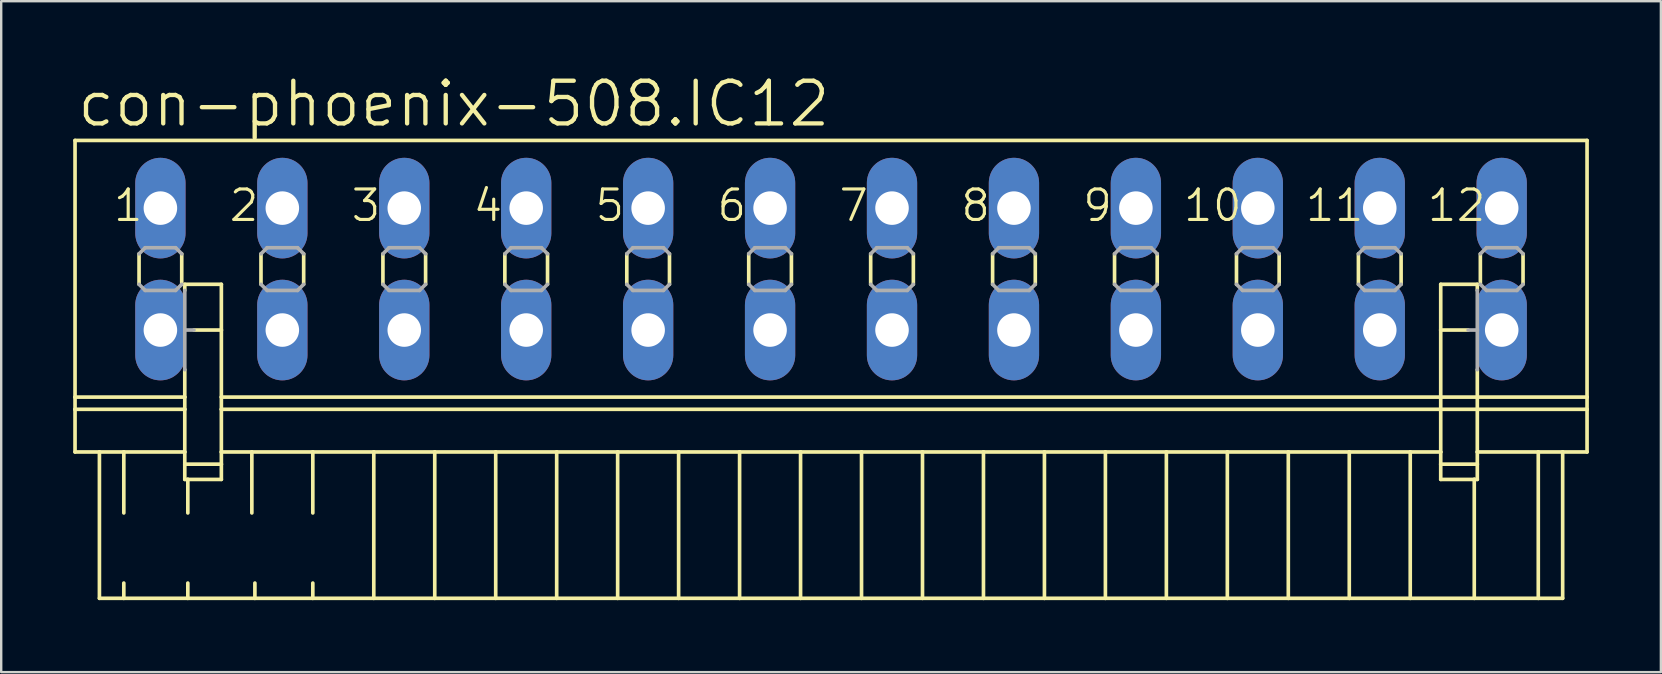
<source format=kicad_pcb>
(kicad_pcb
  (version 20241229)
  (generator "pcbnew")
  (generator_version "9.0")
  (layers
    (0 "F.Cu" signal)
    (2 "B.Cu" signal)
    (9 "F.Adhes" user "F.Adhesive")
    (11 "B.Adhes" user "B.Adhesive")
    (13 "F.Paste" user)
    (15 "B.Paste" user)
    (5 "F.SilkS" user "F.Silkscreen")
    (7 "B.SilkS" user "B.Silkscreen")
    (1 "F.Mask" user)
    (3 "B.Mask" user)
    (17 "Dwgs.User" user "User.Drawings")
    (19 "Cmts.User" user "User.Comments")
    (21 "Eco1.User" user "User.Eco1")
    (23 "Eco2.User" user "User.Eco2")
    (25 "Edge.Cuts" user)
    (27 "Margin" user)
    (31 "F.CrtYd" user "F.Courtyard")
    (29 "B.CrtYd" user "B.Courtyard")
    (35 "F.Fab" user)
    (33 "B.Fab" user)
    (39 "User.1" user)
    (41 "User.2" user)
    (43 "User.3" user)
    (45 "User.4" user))
  (footprint "con-phoenix-508.IC12"
    (layer "F.Cu")
    (at 31.572 8.16)
    (property "Reference" "con-phoenix-508.IC12" (at -31.496 -5.842 0) (layer "F.SilkS") (effects (font (size 1.778 1.778) (thickness 0.18)) (justify left bottom)))
    (attr through_hole)
    (fp_line (start -31.496 -5.359) (end -31.496 5.334) (stroke (width 0.152) (type default)) (layer "F.SilkS"))
    (fp_line (start -31.496 -5.359) (end 31.496 -5.359) (stroke (width 0.152) (type default)) (layer "F.SilkS"))
    (fp_line (start -31.496 5.334) (end -31.496 5.842) (stroke (width 0.152) (type default)) (layer "F.SilkS"))
    (fp_line (start -31.496 5.334) (end -26.924 5.334) (stroke (width 0.152) (type default)) (layer "F.SilkS"))
    (fp_line (start -31.496 5.842) (end -31.496 7.62) (stroke (width 0.152) (type default)) (layer "F.SilkS"))
    (fp_line (start -31.496 5.842) (end -26.924 5.842) (stroke (width 0.152) (type default)) (layer "F.SilkS"))
    (fp_line (start -31.496 7.62) (end -30.48 7.62) (stroke (width 0.152) (type default)) (layer "F.SilkS"))
    (fp_line (start -30.48 7.62) (end -30.48 13.716) (stroke (width 0.152) (type default)) (layer "F.SilkS"))
    (fp_line (start -30.48 7.62) (end -29.464 7.62) (stroke (width 0.152) (type default)) (layer "F.SilkS"))
    (fp_line (start -30.48 13.716) (end -29.464 13.716) (stroke (width 0.152) (type default)) (layer "F.SilkS"))
    (fp_line (start -29.464 7.62) (end -29.464 10.16) (stroke (width 0.152) (type default)) (layer "F.SilkS"))
    (fp_line (start -29.464 7.62) (end -26.924 7.62) (stroke (width 0.152) (type default)) (layer "F.SilkS"))
    (fp_line (start -29.464 13.081) (end -29.464 13.716) (stroke (width 0.152) (type default)) (layer "F.SilkS"))
    (fp_line (start -29.464 13.716) (end -26.797 13.716) (stroke (width 0.152) (type default)) (layer "F.SilkS"))
    (fp_line (start -28.829 -0.635) (end -28.829 0.635) (stroke (width 0.152) (type default)) (layer "F.SilkS"))
    (fp_line (start -27.051 -0.635) (end -27.051 0.635) (stroke (width 0.152) (type default)) (layer "F.SilkS"))
    (fp_line (start -26.924 0.635) (end -26.924 0.889) (stroke (width 0.152) (type default)) (layer "F.SilkS"))
    (fp_line (start -26.924 0.635) (end -25.4 0.635) (stroke (width 0.152) (type default)) (layer "F.SilkS"))
    (fp_line (start -26.924 4.191) (end -26.924 5.334) (stroke (width 0.152) (type default)) (layer "F.SilkS"))
    (fp_line (start -26.924 5.842) (end -26.924 5.334) (stroke (width 0.152) (type default)) (layer "F.SilkS"))
    (fp_line (start -26.924 7.62) (end -26.924 5.842) (stroke (width 0.152) (type default)) (layer "F.SilkS"))
    (fp_line (start -26.924 8.128) (end -26.924 7.62) (stroke (width 0.152) (type default)) (layer "F.SilkS"))
    (fp_line (start -26.924 8.128) (end -25.4 8.128) (stroke (width 0.152) (type default)) (layer "F.SilkS"))
    (fp_line (start -26.924 8.763) (end -26.924 8.128) (stroke (width 0.152) (type default)) (layer "F.SilkS"))
    (fp_line (start -26.797 8.763) (end -26.924 8.763) (stroke (width 0.152) (type default)) (layer "F.SilkS"))
    (fp_line (start -26.797 8.763) (end -26.797 10.16) (stroke (width 0.152) (type default)) (layer "F.SilkS"))
    (fp_line (start -26.797 13.081) (end -26.797 13.716) (stroke (width 0.152) (type default)) (layer "F.SilkS"))
    (fp_line (start -26.797 13.716) (end -24.003 13.716) (stroke (width 0.152) (type default)) (layer "F.SilkS"))
    (fp_line (start -25.4 0.635) (end -25.4 2.54) (stroke (width 0.152) (type default)) (layer "F.SilkS"))
    (fp_line (start -25.4 2.54) (end -26.543 2.54) (stroke (width 0.152) (type default)) (layer "F.SilkS"))
    (fp_line (start -25.4 2.54) (end -25.4 5.334) (stroke (width 0.152) (type default)) (layer "F.SilkS"))
    (fp_line (start -25.4 5.334) (end -25.4 5.842) (stroke (width 0.152) (type default)) (layer "F.SilkS"))
    (fp_line (start -25.4 5.334) (end 25.4 5.334) (stroke (width 0.152) (type default)) (layer "F.SilkS"))
    (fp_line (start -25.4 5.842) (end -25.4 7.62) (stroke (width 0.152) (type default)) (layer "F.SilkS"))
    (fp_line (start -25.4 5.842) (end 25.4 5.842) (stroke (width 0.152) (type default)) (layer "F.SilkS"))
    (fp_line (start -25.4 7.62) (end -25.4 8.128) (stroke (width 0.152) (type default)) (layer "F.SilkS"))
    (fp_line (start -25.4 7.62) (end -24.13 7.62) (stroke (width 0.152) (type default)) (layer "F.SilkS"))
    (fp_line (start -25.4 8.128) (end -25.4 8.763) (stroke (width 0.152) (type default)) (layer "F.SilkS"))
    (fp_line (start -25.4 8.763) (end -26.797 8.763) (stroke (width 0.152) (type default)) (layer "F.SilkS"))
    (fp_line (start -24.13 7.62) (end -24.13 10.16) (stroke (width 0.152) (type default)) (layer "F.SilkS"))
    (fp_line (start -24.13 7.62) (end -21.59 7.62) (stroke (width 0.152) (type default)) (layer "F.SilkS"))
    (fp_line (start -24.003 13.081) (end -24.003 13.716) (stroke (width 0.152) (type default)) (layer "F.SilkS"))
    (fp_line (start -24.003 13.716) (end -21.59 13.716) (stroke (width 0.152) (type default)) (layer "F.SilkS"))
    (fp_line (start -23.749 -0.635) (end -23.749 0.635) (stroke (width 0.152) (type default)) (layer "F.SilkS"))
    (fp_line (start -21.971 -0.635) (end -21.971 0.635) (stroke (width 0.152) (type default)) (layer "F.SilkS"))
    (fp_line (start -21.59 7.62) (end -21.59 10.16) (stroke (width 0.152) (type default)) (layer "F.SilkS"))
    (fp_line (start -21.59 7.62) (end -19.05 7.62) (stroke (width 0.152) (type default)) (layer "F.SilkS"))
    (fp_line (start -21.59 13.081) (end -21.59 13.716) (stroke (width 0.152) (type default)) (layer "F.SilkS"))
    (fp_line (start -21.59 13.716) (end -19.05 13.716) (stroke (width 0.152) (type default)) (layer "F.SilkS"))
    (fp_line (start -19.05 7.62) (end -19.05 13.716) (stroke (width 0.152) (type default)) (layer "F.SilkS"))
    (fp_line (start -19.05 7.62) (end -16.51 7.62) (stroke (width 0.152) (type default)) (layer "F.SilkS"))
    (fp_line (start -19.05 13.716) (end -16.51 13.716) (stroke (width 0.152) (type default)) (layer "F.SilkS"))
    (fp_line (start -18.669 -0.635) (end -18.669 0.635) (stroke (width 0.152) (type default)) (layer "F.SilkS"))
    (fp_line (start -16.891 -0.635) (end -16.891 0.635) (stroke (width 0.152) (type default)) (layer "F.SilkS"))
    (fp_line (start -16.51 7.62) (end -16.51 13.716) (stroke (width 0.152) (type default)) (layer "F.SilkS"))
    (fp_line (start -16.51 7.62) (end -13.97 7.62) (stroke (width 0.152) (type default)) (layer "F.SilkS"))
    (fp_line (start -16.51 13.716) (end -13.97 13.716) (stroke (width 0.152) (type default)) (layer "F.SilkS"))
    (fp_line (start -13.97 7.62) (end -13.97 13.716) (stroke (width 0.152) (type default)) (layer "F.SilkS"))
    (fp_line (start -13.97 7.62) (end -11.43 7.62) (stroke (width 0.152) (type default)) (layer "F.SilkS"))
    (fp_line (start -13.97 13.716) (end -11.43 13.716) (stroke (width 0.152) (type default)) (layer "F.SilkS"))
    (fp_line (start -13.589 -0.635) (end -13.589 0.635) (stroke (width 0.152) (type default)) (layer "F.SilkS"))
    (fp_line (start -11.811 -0.635) (end -11.811 0.635) (stroke (width 0.152) (type default)) (layer "F.SilkS"))
    (fp_line (start -11.43 7.62) (end -11.43 13.716) (stroke (width 0.152) (type default)) (layer "F.SilkS"))
    (fp_line (start -11.43 7.62) (end -8.89 7.62) (stroke (width 0.152) (type default)) (layer "F.SilkS"))
    (fp_line (start -11.43 13.716) (end -8.89 13.716) (stroke (width 0.152) (type default)) (layer "F.SilkS"))
    (fp_line (start -8.89 7.62) (end -8.89 13.716) (stroke (width 0.152) (type default)) (layer "F.SilkS"))
    (fp_line (start -8.89 7.62) (end -6.35 7.62) (stroke (width 0.152) (type default)) (layer "F.SilkS"))
    (fp_line (start -8.89 13.716) (end -6.35 13.716) (stroke (width 0.152) (type default)) (layer "F.SilkS"))
    (fp_line (start -8.509 -0.635) (end -8.509 0.635) (stroke (width 0.152) (type default)) (layer "F.SilkS"))
    (fp_line (start -6.731 -0.635) (end -6.731 0.635) (stroke (width 0.152) (type default)) (layer "F.SilkS"))
    (fp_line (start -6.35 7.62) (end -6.35 13.716) (stroke (width 0.152) (type default)) (layer "F.SilkS"))
    (fp_line (start -6.35 7.62) (end -3.81 7.62) (stroke (width 0.152) (type default)) (layer "F.SilkS"))
    (fp_line (start -6.35 13.716) (end -3.81 13.716) (stroke (width 0.152) (type default)) (layer "F.SilkS"))
    (fp_line (start -3.81 7.62) (end -3.81 13.716) (stroke (width 0.152) (type default)) (layer "F.SilkS"))
    (fp_line (start -3.81 7.62) (end -1.27 7.62) (stroke (width 0.152) (type default)) (layer "F.SilkS"))
    (fp_line (start -3.81 13.716) (end -1.27 13.716) (stroke (width 0.152) (type default)) (layer "F.SilkS"))
    (fp_line (start -3.429 -0.635) (end -3.429 0.635) (stroke (width 0.152) (type default)) (layer "F.SilkS"))
    (fp_line (start -1.651 -0.635) (end -1.651 0.635) (stroke (width 0.152) (type default)) (layer "F.SilkS"))
    (fp_line (start -1.27 7.62) (end -1.27 13.716) (stroke (width 0.152) (type default)) (layer "F.SilkS"))
    (fp_line (start -1.27 7.62) (end 1.27 7.62) (stroke (width 0.152) (type default)) (layer "F.SilkS"))
    (fp_line (start -1.27 13.716) (end 1.27 13.716) (stroke (width 0.152) (type default)) (layer "F.SilkS"))
    (fp_line (start 1.27 7.62) (end 1.27 13.716) (stroke (width 0.152) (type default)) (layer "F.SilkS"))
    (fp_line (start 1.27 7.62) (end 3.81 7.62) (stroke (width 0.152) (type default)) (layer "F.SilkS"))
    (fp_line (start 1.27 13.716) (end 3.81 13.716) (stroke (width 0.152) (type default)) (layer "F.SilkS"))
    (fp_line (start 1.651 -0.635) (end 1.651 0.635) (stroke (width 0.152) (type default)) (layer "F.SilkS"))
    (fp_line (start 3.429 -0.635) (end 3.429 0.635) (stroke (width 0.152) (type default)) (layer "F.SilkS"))
    (fp_line (start 3.81 7.62) (end 3.81 13.716) (stroke (width 0.152) (type default)) (layer "F.SilkS"))
    (fp_line (start 3.81 7.62) (end 6.35 7.62) (stroke (width 0.152) (type default)) (layer "F.SilkS"))
    (fp_line (start 3.81 13.716) (end 6.35 13.716) (stroke (width 0.152) (type default)) (layer "F.SilkS"))
    (fp_line (start 6.35 7.62) (end 6.35 13.716) (stroke (width 0.152) (type default)) (layer "F.SilkS"))
    (fp_line (start 6.35 7.62) (end 8.89 7.62) (stroke (width 0.152) (type default)) (layer "F.SilkS"))
    (fp_line (start 6.35 13.716) (end 8.89 13.716) (stroke (width 0.152) (type default)) (layer "F.SilkS"))
    (fp_line (start 6.731 -0.635) (end 6.731 0.635) (stroke (width 0.152) (type default)) (layer "F.SilkS"))
    (fp_line (start 8.509 -0.635) (end 8.509 0.635) (stroke (width 0.152) (type default)) (layer "F.SilkS"))
    (fp_line (start 8.89 7.62) (end 8.89 13.716) (stroke (width 0.152) (type default)) (layer "F.SilkS"))
    (fp_line (start 8.89 7.62) (end 11.43 7.62) (stroke (width 0.152) (type default)) (layer "F.SilkS"))
    (fp_line (start 8.89 13.716) (end 11.43 13.716) (stroke (width 0.152) (type default)) (layer "F.SilkS"))
    (fp_line (start 11.43 7.62) (end 11.43 13.716) (stroke (width 0.152) (type default)) (layer "F.SilkS"))
    (fp_line (start 11.43 7.62) (end 13.97 7.62) (stroke (width 0.152) (type default)) (layer "F.SilkS"))
    (fp_line (start 11.43 13.716) (end 13.97 13.716) (stroke (width 0.152) (type default)) (layer "F.SilkS"))
    (fp_line (start 11.811 -0.635) (end 11.811 0.635) (stroke (width 0.152) (type default)) (layer "F.SilkS"))
    (fp_line (start 13.589 -0.635) (end 13.589 0.635) (stroke (width 0.152) (type default)) (layer "F.SilkS"))
    (fp_line (start 13.97 7.62) (end 13.97 13.716) (stroke (width 0.152) (type default)) (layer "F.SilkS"))
    (fp_line (start 13.97 7.62) (end 16.51 7.62) (stroke (width 0.152) (type default)) (layer "F.SilkS"))
    (fp_line (start 13.97 13.716) (end 16.51 13.716) (stroke (width 0.152) (type default)) (layer "F.SilkS"))
    (fp_line (start 16.51 7.62) (end 16.51 13.716) (stroke (width 0.152) (type default)) (layer "F.SilkS"))
    (fp_line (start 16.51 7.62) (end 19.05 7.62) (stroke (width 0.152) (type default)) (layer "F.SilkS"))
    (fp_line (start 16.51 13.716) (end 19.05 13.716) (stroke (width 0.152) (type default)) (layer "F.SilkS"))
    (fp_line (start 16.891 -0.635) (end 16.891 0.635) (stroke (width 0.152) (type default)) (layer "F.SilkS"))
    (fp_line (start 18.669 -0.635) (end 18.669 0.635) (stroke (width 0.152) (type default)) (layer "F.SilkS"))
    (fp_line (start 19.05 7.62) (end 19.05 13.716) (stroke (width 0.152) (type default)) (layer "F.SilkS"))
    (fp_line (start 19.05 7.62) (end 21.59 7.62) (stroke (width 0.152) (type default)) (layer "F.SilkS"))
    (fp_line (start 19.05 13.716) (end 21.59 13.716) (stroke (width 0.152) (type default)) (layer "F.SilkS"))
    (fp_line (start 21.59 7.62) (end 21.59 13.716) (stroke (width 0.152) (type default)) (layer "F.SilkS"))
    (fp_line (start 21.59 7.62) (end 24.13 7.62) (stroke (width 0.152) (type default)) (layer "F.SilkS"))
    (fp_line (start 21.59 13.716) (end 24.13 13.716) (stroke (width 0.152) (type default)) (layer "F.SilkS"))
    (fp_line (start 21.971 -0.635) (end 21.971 0.635) (stroke (width 0.152) (type default)) (layer "F.SilkS"))
    (fp_line (start 23.749 -0.635) (end 23.749 0.635) (stroke (width 0.152) (type default)) (layer "F.SilkS"))
    (fp_line (start 24.13 7.62) (end 24.13 13.716) (stroke (width 0.152) (type default)) (layer "F.SilkS"))
    (fp_line (start 24.13 7.62) (end 25.4 7.62) (stroke (width 0.152) (type default)) (layer "F.SilkS"))
    (fp_line (start 24.13 13.716) (end 26.797 13.716) (stroke (width 0.152) (type default)) (layer "F.SilkS"))
    (fp_line (start 25.4 0.635) (end 25.4 2.54) (stroke (width 0.152) (type default)) (layer "F.SilkS"))
    (fp_line (start 25.4 2.54) (end 25.4 5.334) (stroke (width 0.152) (type default)) (layer "F.SilkS"))
    (fp_line (start 25.4 2.54) (end 26.543 2.54) (stroke (width 0.152) (type default)) (layer "F.SilkS"))
    (fp_line (start 25.4 5.334) (end 25.4 5.842) (stroke (width 0.152) (type default)) (layer "F.SilkS"))
    (fp_line (start 25.4 5.334) (end 26.924 5.334) (stroke (width 0.152) (type default)) (layer "F.SilkS"))
    (fp_line (start 25.4 5.842) (end 25.4 7.62) (stroke (width 0.152) (type default)) (layer "F.SilkS"))
    (fp_line (start 25.4 5.842) (end 26.924 5.842) (stroke (width 0.152) (type default)) (layer "F.SilkS"))
    (fp_line (start 25.4 7.62) (end 25.4 8.128) (stroke (width 0.152) (type default)) (layer "F.SilkS"))
    (fp_line (start 25.4 8.128) (end 25.4 8.763) (stroke (width 0.152) (type default)) (layer "F.SilkS"))
    (fp_line (start 25.4 8.128) (end 26.924 8.128) (stroke (width 0.152) (type default)) (layer "F.SilkS"))
    (fp_line (start 26.797 8.763) (end 25.4 8.763) (stroke (width 0.152) (type default)) (layer "F.SilkS"))
    (fp_line (start 26.797 8.763) (end 26.797 13.716) (stroke (width 0.152) (type default)) (layer "F.SilkS"))
    (fp_line (start 26.797 13.716) (end 29.464 13.716) (stroke (width 0.152) (type default)) (layer "F.SilkS"))
    (fp_line (start 26.924 0.635) (end 25.4 0.635) (stroke (width 0.152) (type default)) (layer "F.SilkS"))
    (fp_line (start 26.924 0.889) (end 26.924 0.635) (stroke (width 0.152) (type default)) (layer "F.SilkS"))
    (fp_line (start 26.924 4.191) (end 26.924 5.334) (stroke (width 0.152) (type default)) (layer "F.SilkS"))
    (fp_line (start 26.924 5.334) (end 31.496 5.334) (stroke (width 0.152) (type default)) (layer "F.SilkS"))
    (fp_line (start 26.924 5.842) (end 26.924 5.334) (stroke (width 0.152) (type default)) (layer "F.SilkS"))
    (fp_line (start 26.924 5.842) (end 31.496 5.842) (stroke (width 0.152) (type default)) (layer "F.SilkS"))
    (fp_line (start 26.924 7.62) (end 26.924 5.842) (stroke (width 0.152) (type default)) (layer "F.SilkS"))
    (fp_line (start 26.924 7.62) (end 29.464 7.62) (stroke (width 0.152) (type default)) (layer "F.SilkS"))
    (fp_line (start 26.924 8.128) (end 26.924 7.62) (stroke (width 0.152) (type default)) (layer "F.SilkS"))
    (fp_line (start 26.924 8.763) (end 26.797 8.763) (stroke (width 0.152) (type default)) (layer "F.SilkS"))
    (fp_line (start 26.924 8.763) (end 26.924 8.128) (stroke (width 0.152) (type default)) (layer "F.SilkS"))
    (fp_line (start 27.051 -0.635) (end 27.051 0.635) (stroke (width 0.152) (type default)) (layer "F.SilkS"))
    (fp_line (start 28.829 -0.635) (end 28.829 0.635) (stroke (width 0.152) (type default)) (layer "F.SilkS"))
    (fp_line (start 29.464 7.62) (end 29.464 13.716) (stroke (width 0.152) (type default)) (layer "F.SilkS"))
    (fp_line (start 29.464 7.62) (end 30.48 7.62) (stroke (width 0.152) (type default)) (layer "F.SilkS"))
    (fp_line (start 29.464 13.716) (end 30.48 13.716) (stroke (width 0.152) (type default)) (layer "F.SilkS"))
    (fp_line (start 30.48 7.62) (end 30.48 13.716) (stroke (width 0.152) (type default)) (layer "F.SilkS"))
    (fp_line (start 30.48 7.62) (end 31.496 7.62) (stroke (width 0.152) (type default)) (layer "F.SilkS"))
    (fp_line (start 31.496 -5.359) (end 31.496 5.334) (stroke (width 0.152) (type default)) (layer "F.SilkS"))
    (fp_line (start 31.496 5.334) (end 31.496 5.842) (stroke (width 0.152) (type default)) (layer "F.SilkS"))
    (fp_line (start 31.496 5.842) (end 31.496 7.62) (stroke (width 0.152) (type default)) (layer "F.SilkS"))
    (fp_line (start -28.829 -0.635) (end -28.575 -0.889) (stroke (width 0.152) (type default)) (layer "F.Fab"))
    (fp_line (start -28.575 -0.889) (end -27.305 -0.889) (stroke (width 0.152) (type default)) (layer "F.Fab"))
    (fp_line (start -28.575 0.889) (end -28.829 0.635) (stroke (width 0.152) (type default)) (layer "F.Fab"))
    (fp_line (start -27.305 -0.889) (end -27.051 -0.635) (stroke (width 0.152) (type default)) (layer "F.Fab"))
    (fp_line (start -27.305 0.889) (end -28.575 0.889) (stroke (width 0.152) (type default)) (layer "F.Fab"))
    (fp_line (start -27.051 0.635) (end -27.305 0.889) (stroke (width 0.152) (type default)) (layer "F.Fab"))
    (fp_line (start -26.924 2.54) (end -26.924 0.889) (stroke (width 0.152) (type default)) (layer "F.Fab"))
    (fp_line (start -26.924 2.54) (end -26.543 2.54) (stroke (width 0.152) (type default)) (layer "F.Fab"))
    (fp_line (start -26.924 4.191) (end -26.924 2.54) (stroke (width 0.152) (type default)) (layer "F.Fab"))
    (fp_line (start -23.749 -0.635) (end -23.495 -0.889) (stroke (width 0.152) (type default)) (layer "F.Fab"))
    (fp_line (start -23.495 -0.889) (end -22.225 -0.889) (stroke (width 0.152) (type default)) (layer "F.Fab"))
    (fp_line (start -23.495 0.889) (end -23.749 0.635) (stroke (width 0.152) (type default)) (layer "F.Fab"))
    (fp_line (start -22.225 -0.889) (end -21.971 -0.635) (stroke (width 0.152) (type default)) (layer "F.Fab"))
    (fp_line (start -22.225 0.889) (end -23.495 0.889) (stroke (width 0.152) (type default)) (layer "F.Fab"))
    (fp_line (start -21.971 0.635) (end -22.225 0.889) (stroke (width 0.152) (type default)) (layer "F.Fab"))
    (fp_line (start -18.669 -0.635) (end -18.415 -0.889) (stroke (width 0.152) (type default)) (layer "F.Fab"))
    (fp_line (start -18.415 -0.889) (end -17.145 -0.889) (stroke (width 0.152) (type default)) (layer "F.Fab"))
    (fp_line (start -18.415 0.889) (end -18.669 0.635) (stroke (width 0.152) (type default)) (layer "F.Fab"))
    (fp_line (start -17.145 -0.889) (end -16.891 -0.635) (stroke (width 0.152) (type default)) (layer "F.Fab"))
    (fp_line (start -17.145 0.889) (end -18.415 0.889) (stroke (width 0.152) (type default)) (layer "F.Fab"))
    (fp_line (start -16.891 0.635) (end -17.145 0.889) (stroke (width 0.152) (type default)) (layer "F.Fab"))
    (fp_line (start -13.589 -0.635) (end -13.335 -0.889) (stroke (width 0.152) (type default)) (layer "F.Fab"))
    (fp_line (start -13.335 -0.889) (end -12.065 -0.889) (stroke (width 0.152) (type default)) (layer "F.Fab"))
    (fp_line (start -13.335 0.889) (end -13.589 0.635) (stroke (width 0.152) (type default)) (layer "F.Fab"))
    (fp_line (start -12.065 -0.889) (end -11.811 -0.635) (stroke (width 0.152) (type default)) (layer "F.Fab"))
    (fp_line (start -12.065 0.889) (end -13.335 0.889) (stroke (width 0.152) (type default)) (layer "F.Fab"))
    (fp_line (start -11.811 0.635) (end -12.065 0.889) (stroke (width 0.152) (type default)) (layer "F.Fab"))
    (fp_line (start -8.509 -0.635) (end -8.255 -0.889) (stroke (width 0.152) (type default)) (layer "F.Fab"))
    (fp_line (start -8.255 -0.889) (end -6.985 -0.889) (stroke (width 0.152) (type default)) (layer "F.Fab"))
    (fp_line (start -8.255 0.889) (end -8.509 0.635) (stroke (width 0.152) (type default)) (layer "F.Fab"))
    (fp_line (start -6.985 -0.889) (end -6.731 -0.635) (stroke (width 0.152) (type default)) (layer "F.Fab"))
    (fp_line (start -6.985 0.889) (end -8.255 0.889) (stroke (width 0.152) (type default)) (layer "F.Fab"))
    (fp_line (start -6.731 0.635) (end -6.985 0.889) (stroke (width 0.152) (type default)) (layer "F.Fab"))
    (fp_line (start -3.429 -0.635) (end -3.175 -0.889) (stroke (width 0.152) (type default)) (layer "F.Fab"))
    (fp_line (start -3.175 -0.889) (end -1.905 -0.889) (stroke (width 0.152) (type default)) (layer "F.Fab"))
    (fp_line (start -3.175 0.889) (end -3.429 0.635) (stroke (width 0.152) (type default)) (layer "F.Fab"))
    (fp_line (start -1.905 -0.889) (end -1.651 -0.635) (stroke (width 0.152) (type default)) (layer "F.Fab"))
    (fp_line (start -1.905 0.889) (end -3.175 0.889) (stroke (width 0.152) (type default)) (layer "F.Fab"))
    (fp_line (start -1.651 0.635) (end -1.905 0.889) (stroke (width 0.152) (type default)) (layer "F.Fab"))
    (fp_line (start 1.651 -0.635) (end 1.905 -0.889) (stroke (width 0.152) (type default)) (layer "F.Fab"))
    (fp_line (start 1.905 -0.889) (end 3.175 -0.889) (stroke (width 0.152) (type default)) (layer "F.Fab"))
    (fp_line (start 1.905 0.889) (end 1.651 0.635) (stroke (width 0.152) (type default)) (layer "F.Fab"))
    (fp_line (start 3.175 -0.889) (end 3.429 -0.635) (stroke (width 0.152) (type default)) (layer "F.Fab"))
    (fp_line (start 3.175 0.889) (end 1.905 0.889) (stroke (width 0.152) (type default)) (layer "F.Fab"))
    (fp_line (start 3.429 0.635) (end 3.175 0.889) (stroke (width 0.152) (type default)) (layer "F.Fab"))
    (fp_line (start 6.731 -0.635) (end 6.985 -0.889) (stroke (width 0.152) (type default)) (layer "F.Fab"))
    (fp_line (start 6.985 -0.889) (end 8.255 -0.889) (stroke (width 0.152) (type default)) (layer "F.Fab"))
    (fp_line (start 6.985 0.889) (end 6.731 0.635) (stroke (width 0.152) (type default)) (layer "F.Fab"))
    (fp_line (start 8.255 -0.889) (end 8.509 -0.635) (stroke (width 0.152) (type default)) (layer "F.Fab"))
    (fp_line (start 8.255 0.889) (end 6.985 0.889) (stroke (width 0.152) (type default)) (layer "F.Fab"))
    (fp_line (start 8.509 0.635) (end 8.255 0.889) (stroke (width 0.152) (type default)) (layer "F.Fab"))
    (fp_line (start 11.811 -0.635) (end 12.065 -0.889) (stroke (width 0.152) (type default)) (layer "F.Fab"))
    (fp_line (start 12.065 -0.889) (end 13.335 -0.889) (stroke (width 0.152) (type default)) (layer "F.Fab"))
    (fp_line (start 12.065 0.889) (end 11.811 0.635) (stroke (width 0.152) (type default)) (layer "F.Fab"))
    (fp_line (start 13.335 -0.889) (end 13.589 -0.635) (stroke (width 0.152) (type default)) (layer "F.Fab"))
    (fp_line (start 13.335 0.889) (end 12.065 0.889) (stroke (width 0.152) (type default)) (layer "F.Fab"))
    (fp_line (start 13.589 0.635) (end 13.335 0.889) (stroke (width 0.152) (type default)) (layer "F.Fab"))
    (fp_line (start 16.891 -0.635) (end 17.145 -0.889) (stroke (width 0.152) (type default)) (layer "F.Fab"))
    (fp_line (start 17.145 -0.889) (end 18.415 -0.889) (stroke (width 0.152) (type default)) (layer "F.Fab"))
    (fp_line (start 17.145 0.889) (end 16.891 0.635) (stroke (width 0.152) (type default)) (layer "F.Fab"))
    (fp_line (start 18.415 -0.889) (end 18.669 -0.635) (stroke (width 0.152) (type default)) (layer "F.Fab"))
    (fp_line (start 18.415 0.889) (end 17.145 0.889) (stroke (width 0.152) (type default)) (layer "F.Fab"))
    (fp_line (start 18.669 0.635) (end 18.415 0.889) (stroke (width 0.152) (type default)) (layer "F.Fab"))
    (fp_line (start 21.971 -0.635) (end 22.225 -0.889) (stroke (width 0.152) (type default)) (layer "F.Fab"))
    (fp_line (start 22.225 -0.889) (end 23.495 -0.889) (stroke (width 0.152) (type default)) (layer "F.Fab"))
    (fp_line (start 22.225 0.889) (end 21.971 0.635) (stroke (width 0.152) (type default)) (layer "F.Fab"))
    (fp_line (start 23.495 -0.889) (end 23.749 -0.635) (stroke (width 0.152) (type default)) (layer "F.Fab"))
    (fp_line (start 23.495 0.889) (end 22.225 0.889) (stroke (width 0.152) (type default)) (layer "F.Fab"))
    (fp_line (start 23.749 0.635) (end 23.495 0.889) (stroke (width 0.152) (type default)) (layer "F.Fab"))
    (fp_line (start 26.543 2.54) (end 26.924 2.54) (stroke (width 0.152) (type default)) (layer "F.Fab"))
    (fp_line (start 26.924 2.54) (end 26.924 0.889) (stroke (width 0.152) (type default)) (layer "F.Fab"))
    (fp_line (start 26.924 4.191) (end 26.924 2.54) (stroke (width 0.152) (type default)) (layer "F.Fab"))
    (fp_line (start 27.051 -0.635) (end 27.305 -0.889) (stroke (width 0.152) (type default)) (layer "F.Fab"))
    (fp_line (start 27.305 -0.889) (end 28.575 -0.889) (stroke (width 0.152) (type default)) (layer "F.Fab"))
    (fp_line (start 27.305 0.889) (end 27.051 0.635) (stroke (width 0.152) (type default)) (layer "F.Fab"))
    (fp_line (start 28.575 -0.889) (end 28.829 -0.635) (stroke (width 0.152) (type default)) (layer "F.Fab"))
    (fp_line (start 28.575 0.889) (end 27.305 0.889) (stroke (width 0.152) (type default)) (layer "F.Fab"))
    (fp_line (start 28.829 0.635) (end 28.575 0.889) (stroke (width 0.152) (type default)) (layer "F.Fab"))
    (fp_text user "5" (at -9.906 -1.905 0) (layer "F.SilkS") (effects (font (size 1.27 1.27) (thickness 0.13)) (justify left bottom)))
    (fp_text user "1" (at -29.972 -1.905 0) (layer "F.SilkS") (effects (font (size 1.27 1.27) (thickness 0.13)) (justify left bottom)))
    (fp_text user "9" (at 10.414 -1.905 0) (layer "F.SilkS") (effects (font (size 1.27 1.27) (thickness 0.13)) (justify left bottom)))
    (fp_text user "6" (at -4.826 -1.905 0) (layer "F.SilkS") (effects (font (size 1.27 1.27) (thickness 0.13)) (justify left bottom)))
    (fp_text user "3" (at -20.066 -1.905 0) (layer "F.SilkS") (effects (font (size 1.27 1.27) (thickness 0.13)) (justify left bottom)))
    (fp_text user "7" (at 0.254 -1.905 0) (layer "F.SilkS") (effects (font (size 1.27 1.27) (thickness 0.13)) (justify left bottom)))
    (fp_text user "4" (at -14.986 -1.905 0) (layer "F.SilkS") (effects (font (size 1.27 1.27) (thickness 0.13)) (justify left bottom)))
    (fp_text user "11" (at 19.685 -1.905 0) (layer "F.SilkS") (effects (font (size 1.27 1.27) (thickness 0.13)) (justify left bottom)))
    (fp_text user "8" (at 5.334 -1.905 0) (layer "F.SilkS") (effects (font (size 1.27 1.27) (thickness 0.13)) (justify left bottom)))
    (fp_text user "2" (at -25.146 -1.905 0) (layer "F.SilkS") (effects (font (size 1.27 1.27) (thickness 0.13)) (justify left bottom)))
    (fp_text user "12" (at 24.765 -1.905 0) (layer "F.SilkS") (effects (font (size 1.27 1.27) (thickness 0.13)) (justify left bottom)))
    (fp_text user "10" (at 14.605 -1.905 0) (layer "F.SilkS") (effects (font (size 1.27 1.27) (thickness 0.13)) (justify left bottom)))
    (pad "1" thru_hole oval (at -27.94 -2.54 90) (size 4.191 2.095) (drill 1.397) (layers "*.Cu" "*.Mask"))
    (pad "1A" thru_hole oval (at -27.94 2.54 90) (size 4.191 2.095) (drill 1.397) (layers "*.Cu" "*.Mask"))
    (pad "2" thru_hole oval (at -22.86 -2.54 90) (size 4.191 2.095) (drill 1.397) (layers "*.Cu" "*.Mask"))
    (pad "2A" thru_hole oval (at -22.86 2.54 90) (size 4.191 2.095) (drill 1.397) (layers "*.Cu" "*.Mask"))
    (pad "3" thru_hole oval (at -17.78 -2.54 90) (size 4.191 2.095) (drill 1.397) (layers "*.Cu" "*.Mask"))
    (pad "3A" thru_hole oval (at -17.78 2.54 90) (size 4.191 2.095) (drill 1.397) (layers "*.Cu" "*.Mask"))
    (pad "4" thru_hole oval (at -12.7 -2.54 90) (size 4.191 2.095) (drill 1.397) (layers "*.Cu" "*.Mask"))
    (pad "4A" thru_hole oval (at -12.7 2.54 90) (size 4.191 2.095) (drill 1.397) (layers "*.Cu" "*.Mask"))
    (pad "5" thru_hole oval (at -7.62 -2.54 90) (size 4.191 2.095) (drill 1.397) (layers "*.Cu" "*.Mask"))
    (pad "5A" thru_hole oval (at -7.62 2.54 90) (size 4.191 2.095) (drill 1.397) (layers "*.Cu" "*.Mask"))
    (pad "6" thru_hole oval (at -2.54 -2.54 90) (size 4.191 2.095) (drill 1.397) (layers "*.Cu" "*.Mask"))
    (pad "6A" thru_hole oval (at -2.54 2.54 90) (size 4.191 2.095) (drill 1.397) (layers "*.Cu" "*.Mask"))
    (pad "7" thru_hole oval (at 2.54 -2.54 90) (size 4.191 2.095) (drill 1.397) (layers "*.Cu" "*.Mask"))
    (pad "7A" thru_hole oval (at 2.54 2.54 90) (size 4.191 2.095) (drill 1.397) (layers "*.Cu" "*.Mask"))
    (pad "8" thru_hole oval (at 7.62 -2.54 90) (size 4.191 2.095) (drill 1.397) (layers "*.Cu" "*.Mask"))
    (pad "8A" thru_hole oval (at 7.62 2.54 90) (size 4.191 2.095) (drill 1.397) (layers "*.Cu" "*.Mask"))
    (pad "9" thru_hole oval (at 12.7 -2.54 90) (size 4.191 2.095) (drill 1.397) (layers "*.Cu" "*.Mask"))
    (pad "9A" thru_hole oval (at 12.7 2.54 90) (size 4.191 2.095) (drill 1.397) (layers "*.Cu" "*.Mask"))
    (pad "10" thru_hole oval (at 17.78 -2.54 90) (size 4.191 2.095) (drill 1.397) (layers "*.Cu" "*.Mask"))
    (pad "10A" thru_hole oval (at 17.78 2.54 90) (size 4.191 2.095) (drill 1.397) (layers "*.Cu" "*.Mask"))
    (pad "11" thru_hole oval (at 22.86 -2.54 90) (size 4.191 2.095) (drill 1.397) (layers "*.Cu" "*.Mask"))
    (pad "11A" thru_hole oval (at 22.86 2.54 90) (size 4.191 2.095) (drill 1.397) (layers "*.Cu" "*.Mask"))
    (pad "12" thru_hole oval (at 27.94 -2.54 90) (size 4.191 2.095) (drill 1.397) (layers "*.Cu" "*.Mask"))
    (pad "12A" thru_hole oval (at 27.94 2.54 90) (size 4.191 2.095) (drill 1.397) (layers "*.Cu" "*.Mask")))
  (gr_rect
    (start -3 -3)
    (end 66.144 24.952)
    (stroke (width 0.1) (type default))
    (fill no)
    (layer "Edge.Cuts")))
</source>
